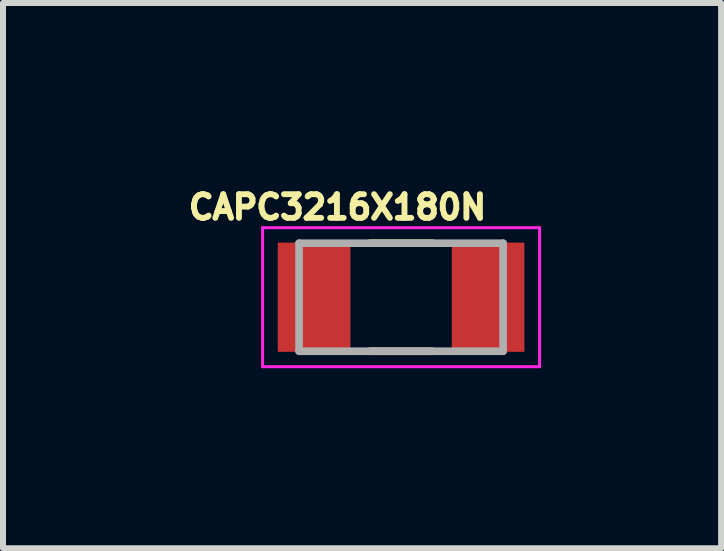
<source format=kicad_pcb>
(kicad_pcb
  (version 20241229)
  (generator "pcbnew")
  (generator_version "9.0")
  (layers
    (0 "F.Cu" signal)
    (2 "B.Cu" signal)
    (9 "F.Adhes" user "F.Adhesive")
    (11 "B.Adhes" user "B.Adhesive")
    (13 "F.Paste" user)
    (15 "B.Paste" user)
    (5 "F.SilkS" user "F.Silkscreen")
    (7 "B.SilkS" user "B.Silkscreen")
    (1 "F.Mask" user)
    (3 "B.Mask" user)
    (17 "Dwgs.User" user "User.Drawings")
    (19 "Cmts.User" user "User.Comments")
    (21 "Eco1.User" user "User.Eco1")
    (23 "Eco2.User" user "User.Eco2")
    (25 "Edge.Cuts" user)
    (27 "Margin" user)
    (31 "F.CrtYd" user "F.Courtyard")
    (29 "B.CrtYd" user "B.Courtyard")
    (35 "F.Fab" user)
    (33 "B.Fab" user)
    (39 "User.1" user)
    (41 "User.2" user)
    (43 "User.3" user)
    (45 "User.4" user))
  (footprint "CAPC3216X180N"
    (layer "F.Cu")
    (at 3.634 1.903)
    (property "Reference" "CAPC3216X180N" (at -1.06 -1.5 0) (layer "F.SilkS") (effects (font (size 0.394 0.394) (thickness 0.098))))
    (attr smd)
    (fp_line (start -0.52 -0.9) (end 0.52 -0.9) (stroke (width 0.127) (type solid)) (layer "F.SilkS"))
    (fp_line (start -0.52 0.9) (end 0.52 0.9) (stroke (width 0.127) (type solid)) (layer "F.SilkS"))
    (fp_line (start -2.308 -1.158) (end 2.308 -1.158) (stroke (width 0.05) (type solid)) (layer "F.CrtYd"))
    (fp_line (start -2.308 1.158) (end -2.308 -1.158) (stroke (width 0.05) (type solid)) (layer "F.CrtYd"))
    (fp_line (start -2.308 1.158) (end 2.308 1.158) (stroke (width 0.05) (type solid)) (layer "F.CrtYd"))
    (fp_line (start 2.308 1.158) (end 2.308 -1.158) (stroke (width 0.05) (type solid)) (layer "F.CrtYd"))
    (fp_line (start -1.7 0.9) (end -1.7 -0.9) (stroke (width 0.127) (type solid)) (layer "F.Fab"))
    (fp_line (start 1.7 -0.9) (end -1.7 -0.9) (stroke (width 0.127) (type solid)) (layer "F.Fab"))
    (fp_line (start 1.7 0.9) (end -1.7 0.9) (stroke (width 0.127) (type solid)) (layer "F.Fab"))
    (fp_line (start 1.7 0.9) (end 1.7 -0.9) (stroke (width 0.127) (type solid)) (layer "F.Fab"))
    (pad "1" smd rect (at -1.45 0) (size 1.21 1.82) (layers "F.Cu" "F.Mask" "F.Paste"))
    (pad "2" smd rect (at 1.45 0) (size 1.21 1.82) (layers "F.Cu" "F.Mask" "F.Paste")))
  (gr_rect
    (start -3 -3)
    (end 8.967 6.086)
    (stroke (width 0.1) (type default))
    (fill no)
    (layer "Edge.Cuts")))
</source>
